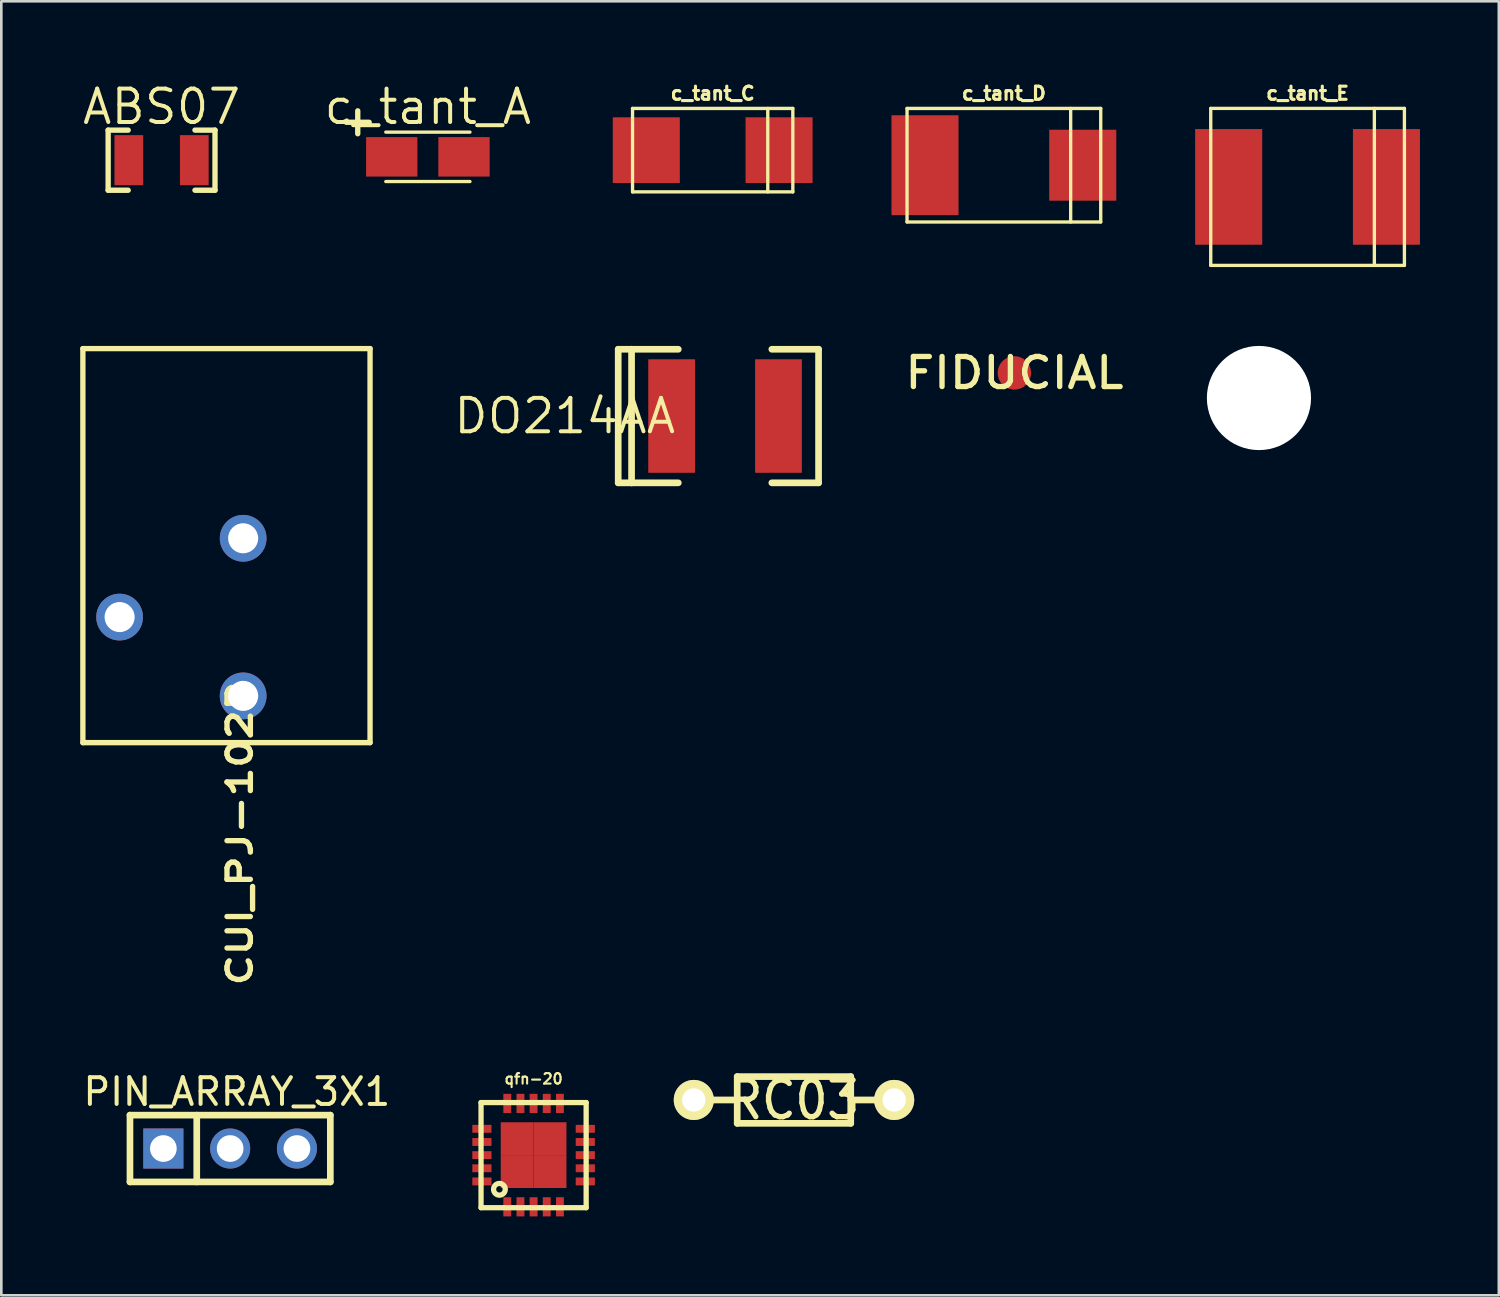
<source format=kicad_pcb>
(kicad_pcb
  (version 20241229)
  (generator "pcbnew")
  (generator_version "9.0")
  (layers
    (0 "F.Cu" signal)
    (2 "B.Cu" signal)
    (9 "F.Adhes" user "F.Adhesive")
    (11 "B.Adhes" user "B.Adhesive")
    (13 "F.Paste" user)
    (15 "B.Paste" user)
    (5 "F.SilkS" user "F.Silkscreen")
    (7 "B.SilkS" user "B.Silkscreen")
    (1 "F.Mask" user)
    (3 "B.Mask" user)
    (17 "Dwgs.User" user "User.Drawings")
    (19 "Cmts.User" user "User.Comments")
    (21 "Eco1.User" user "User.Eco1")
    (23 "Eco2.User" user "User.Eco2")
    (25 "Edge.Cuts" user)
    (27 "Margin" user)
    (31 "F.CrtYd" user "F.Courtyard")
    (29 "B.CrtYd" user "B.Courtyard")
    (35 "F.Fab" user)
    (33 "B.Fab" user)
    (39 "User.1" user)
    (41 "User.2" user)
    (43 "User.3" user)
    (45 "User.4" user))
  (footprint "c_tant_D"
    (layer "F.Cu")
    (at 35.13 3.233)
    (property "Reference" "c_tant_D" (at 0 -2.731 0) (layer "F.SilkS") (effects (font (size 0.5 0.5) (thickness 0.119))))
    (attr through_hole)
    (fp_line (start -3.683 -2.159) (end -3.683 2.159) (stroke (width 0.127) (type solid)) (layer "F.SilkS"))
    (fp_line (start -3.683 2.159) (end 3.683 2.159) (stroke (width 0.127) (type solid)) (layer "F.SilkS"))
    (fp_line (start 2.54 -2.159) (end 2.54 2.159) (stroke (width 0.127) (type solid)) (layer "F.SilkS"))
    (fp_line (start 3.683 -2.159) (end -3.683 -2.159) (stroke (width 0.127) (type solid)) (layer "F.SilkS"))
    (fp_line (start 3.683 2.159) (end 3.683 -2.159) (stroke (width 0.127) (type solid)) (layer "F.SilkS"))
    (pad "1" smd rect (at 3 0) (size 2.55 2.7) (layers "F.Cu" "F.Mask" "F.Paste" "Eco1.User"))
    (pad "2" smd rect (at -3 0) (size 2.55 3.8) (layers "F.Cu" "F.Mask" "F.Paste" "Eco1.User")))
  (footprint "c_tant_E"
    (layer "F.Cu")
    (at 46.68 4.058)
    (property "Reference" "c_tant_E" (at 0 -3.556 0) (layer "F.SilkS") (effects (font (size 0.5 0.5) (thickness 0.119))))
    (attr through_hole)
    (fp_line (start -3.683 -2.985) (end -3.683 2.985) (stroke (width 0.127) (type solid)) (layer "F.SilkS"))
    (fp_line (start -3.683 2.985) (end 3.683 2.985) (stroke (width 0.127) (type solid)) (layer "F.SilkS"))
    (fp_line (start 2.54 2.985) (end 2.54 -2.985) (stroke (width 0.127) (type solid)) (layer "F.SilkS"))
    (fp_line (start 3.683 -2.985) (end -3.683 -2.985) (stroke (width 0.127) (type solid)) (layer "F.SilkS"))
    (fp_line (start 3.683 -2.985) (end 3.683 2.985) (stroke (width 0.127) (type solid)) (layer "F.SilkS"))
    (pad "1" smd rect (at 3 0) (size 2.55 4.399) (layers "F.Cu" "F.Mask" "F.Paste" "Eco1.User"))
    (pad "2" smd rect (at -3 0) (size 2.55 4.399) (layers "F.Cu" "F.Mask" "F.Paste" "Eco1.User")))
  (footprint "c_tant_A"
    (layer "F.Cu")
    (at 13.223 2.915)
    (property "Reference" "c_tant_A" (at 0 -1.905 0) (layer "F.SilkS") (effects (font (size 1.27 1.27) (thickness 0.152))))
    (attr smd)
    (fp_line (start -1.6 0.94) (end 1.6 0.94) (stroke (width 0.127) (type solid)) (layer "F.SilkS"))
    (fp_line (start 1.6 -0.94) (end -1.6 -0.94) (stroke (width 0.127) (type solid)) (layer "F.SilkS"))
    (fp_text user "+" (at -2.667 -1.397 0) (layer "F.SilkS") (effects (font (size 1.143 1.143) (thickness 0.203))))
    (pad "1" smd rect (at -1.374 0) (size 1.951 1.501) (layers "F.Cu" "F.Mask" "F.Paste" "Eco1.User"))
    (pad "2" smd rect (at 1.374 0) (size 1.951 1.501) (layers "F.Cu" "F.Mask" "F.Paste" "Eco1.User")))
  (footprint "c_tant_C"
    (layer "F.Cu")
    (at 24.055 2.661)
    (property "Reference" "c_tant_C" (at 0 -2.159 0) (layer "F.SilkS") (effects (font (size 0.5 0.5) (thickness 0.119))))
    (attr through_hole)
    (fp_line (start -3.048 -1.587) (end -3.048 1.587) (stroke (width 0.127) (type solid)) (layer "F.SilkS"))
    (fp_line (start -3.048 1.587) (end 3.048 1.587) (stroke (width 0.127) (type solid)) (layer "F.SilkS"))
    (fp_line (start 2.095 -1.587) (end 2.095 1.587) (stroke (width 0.127) (type solid)) (layer "F.SilkS"))
    (fp_line (start 3.048 -1.587) (end -3.048 -1.587) (stroke (width 0.127) (type solid)) (layer "F.SilkS"))
    (fp_line (start 3.048 1.587) (end 3.048 -1.587) (stroke (width 0.127) (type solid)) (layer "F.SilkS"))
    (pad "1" smd rect (at 2.525 0) (size 2.55 2.499) (layers "F.Cu" "F.Mask" "F.Paste" "Eco1.User"))
    (pad "2" smd rect (at -2.525 0) (size 2.55 2.499) (layers "F.Cu" "F.Mask" "F.Paste" "Eco1.User")))
  (footprint "RC03"
    (layer "F.Cu")
    (at 27.147 38.784)
    (property "Reference" "RC03" (at 0 0 0) (layer "F.SilkS") (effects (font (size 1.397 1.27) (thickness 0.203))))
    (attr smd)
    (fp_line (start -2.159 -0.889) (end -2.159 0.889) (stroke (width 0.254) (type solid)) (layer "F.SilkS"))
    (fp_line (start -2.159 0) (end -3.81 0) (stroke (width 0.254) (type solid)) (layer "F.SilkS"))
    (fp_line (start -2.159 0.889) (end 2.159 0.889) (stroke (width 0.254) (type solid)) (layer "F.SilkS"))
    (fp_line (start 2.159 -0.889) (end -2.159 -0.889) (stroke (width 0.254) (type solid)) (layer "F.SilkS"))
    (fp_line (start 2.159 0) (end 3.81 0) (stroke (width 0.254) (type solid)) (layer "F.SilkS"))
    (fp_line (start 2.159 0.889) (end 2.159 -0.889) (stroke (width 0.254) (type solid)) (layer "F.SilkS"))
    (pad "1" thru_hole circle (at -3.81 0) (size 1.524 1.524) (drill 0.889) (layers "*.Cu" "*.Mask" "F.SilkS"))
    (pad "2" thru_hole circle (at 3.81 0) (size 1.524 1.524) (drill 0.889) (layers "*.Cu" "*.Mask" "F.SilkS")))
  (footprint "HOLE156"
    (layer "F.Cu")
    (at 44.831 12.087)
    (property "Reference" "HOLE156" (at 0 -0.201 0) (layer "F.SilkS") (effects (font (size 0.399 0.399) (thickness 0.051))))
    (attr smd)
    (pad "" np_thru_hole circle (at 0 0) (size 3.962 3.962) (drill 3.962) (layers "*.Cu" "*.Mask")))
  (footprint "FIDUCIAL"
    (layer "F.Cu")
    (at 35.529 11.132)
    (property "Reference" "FIDUCIAL" (at 0 0 0) (layer "F.SilkS") (effects (font (size 1.143 1.27) (thickness 0.203))))
    (attr smd)
    (pad "3" smd circle (at 0 0) (size 1.27 1.27) (layers "F.Cu" "F.Mask" "Eco1.User")))
  (footprint "CUI_PJ-102B"
    (layer "F.Cu")
    (at 6.198 23.416)
    (property "Reference" "CUI_PJ-102B" (at -0.127 5.207 90) (layer "F.SilkS") (effects (font (size 0.889 1.143) (thickness 0.203))))
    (attr smd)
    (fp_line (start -6.096 -13.208) (end 4.826 -13.208) (stroke (width 0.203) (type solid)) (layer "F.SilkS"))
    (fp_line (start -6.096 1.778) (end -6.096 -13.208) (stroke (width 0.203) (type solid)) (layer "F.SilkS"))
    (fp_line (start 4.826 -13.208) (end 4.826 1.778) (stroke (width 0.203) (type solid)) (layer "F.SilkS"))
    (fp_line (start 4.826 1.778) (end -6.096 1.778) (stroke (width 0.203) (type solid)) (layer "F.SilkS"))
    (fp_line (start -6.096 -13.208) (end -6.096 1.778) (stroke (width 0.203) (type solid)) (layer "Eco1.User"))
    (fp_line (start -6.096 1.778) (end 4.826 1.778) (stroke (width 0.203) (type solid)) (layer "Eco1.User"))
    (fp_line (start 4.826 -13.208) (end -6.096 -13.208) (stroke (width 0.203) (type solid)) (layer "Eco1.User"))
    (fp_line (start 4.826 1.778) (end 4.826 -13.208) (stroke (width 0.203) (type solid)) (layer "Eco1.User"))
    (pad "1" thru_hole circle (at 0 0) (size 1.778 1.778) (drill 1.143) (layers "*.Cu" "*.Mask" "Eco1.User"))
    (pad "2" thru_hole circle (at 0 -5.994) (size 1.778 1.778) (drill 1.143) (layers "*.Cu" "*.Mask" "Eco1.User"))
    (pad "3" thru_hole circle (at -4.699 -2.997) (size 1.778 1.778) (drill 1.143) (layers "*.Cu" "*.Mask" "Eco1.User")))
  (footprint "PIN_ARRAY_3X1"
    (layer "F.Cu")
    (at 5.703 40.631)
    (property "Reference" "PIN_ARRAY_3X1" (at 0.254 -2.159 0) (layer "F.SilkS") (effects (font (size 1.016 1.016) (thickness 0.152))))
    (attr through_hole)
    (fp_line (start -3.81 -1.27) (end 3.81 -1.27) (stroke (width 0.254) (type solid)) (layer "F.SilkS"))
    (fp_line (start -3.81 1.27) (end -3.81 -1.27) (stroke (width 0.254) (type solid)) (layer "F.SilkS"))
    (fp_line (start -1.27 -1.27) (end -1.27 1.27) (stroke (width 0.254) (type solid)) (layer "F.SilkS"))
    (fp_line (start 3.81 -1.27) (end 3.81 1.27) (stroke (width 0.254) (type solid)) (layer "F.SilkS"))
    (fp_line (start 3.81 1.27) (end -3.81 1.27) (stroke (width 0.254) (type solid)) (layer "F.SilkS"))
    (pad "1" thru_hole rect (at -2.54 0) (size 1.524 1.524) (drill 1.016) (layers "*.Cu" "*.Mask" "Eco1.User"))
    (pad "2" thru_hole circle (at 0 0) (size 1.524 1.524) (drill 1.016) (layers "*.Cu" "*.Mask" "Eco1.User"))
    (pad "3" thru_hole circle (at 2.54 0) (size 1.524 1.524) (drill 1.016) (layers "*.Cu" "*.Mask" "Eco1.User")))
  (footprint "ABS07"
    (layer "F.Cu")
    (at 3.095 3.042)
    (property "Reference" "ABS07" (at 0 -2.032 0) (layer "F.SilkS") (effects (font (size 1.27 1.27) (thickness 0.152))))
    (attr smd)
    (fp_line (start -2.032 -1.143) (end -2.032 1.143) (stroke (width 0.203) (type solid)) (layer "F.SilkS"))
    (fp_line (start -2.032 1.143) (end -1.27 1.143) (stroke (width 0.203) (type solid)) (layer "F.SilkS"))
    (fp_line (start -1.27 -1.143) (end -2.032 -1.143) (stroke (width 0.203) (type solid)) (layer "F.SilkS"))
    (fp_line (start 1.27 1.143) (end 2.032 1.143) (stroke (width 0.203) (type solid)) (layer "F.SilkS"))
    (fp_line (start 2.032 -1.143) (end 1.27 -1.143) (stroke (width 0.203) (type solid)) (layer "F.SilkS"))
    (fp_line (start 2.032 1.143) (end 2.032 -1.143) (stroke (width 0.203) (type solid)) (layer "F.SilkS"))
    (pad "1" smd rect (at -1.245 0) (size 1.092 1.905) (layers "F.Cu" "F.Mask" "F.Paste" "Eco1.User"))
    (pad "2" smd rect (at 1.245 0) (size 1.092 1.905) (layers "F.Cu" "F.Mask" "F.Paste" "Eco1.User")))
  (footprint "qfn-20"
    (layer "F.Cu")
    (at 17.244 40.882)
    (property "Reference" "qfn-20" (at 0 -2.901 0) (layer "F.SilkS") (effects (font (size 0.399 0.399) (thickness 0.079))))
    (attr through_hole)
    (fp_line (start -1.999 -1.999) (end 1.999 -1.999) (stroke (width 0.201) (type solid)) (layer "F.SilkS"))
    (fp_line (start -1.999 1.999) (end -1.999 -1.999) (stroke (width 0.201) (type solid)) (layer "F.SilkS"))
    (fp_line (start 1.999 -1.999) (end 1.999 1.999) (stroke (width 0.201) (type solid)) (layer "F.SilkS"))
    (fp_line (start 1.999 1.999) (end -1.999 1.999) (stroke (width 0.201) (type solid)) (layer "F.SilkS"))
    (fp_circle (center -1.3 1.3) (end -1.102 1.402) (stroke (width 0.201) (type solid)) (fill no) (layer "F.SilkS"))
    (pad "1" smd rect (at -1.001 1.966) (size 0.3 0.729) (layers "F.Cu" "F.Mask" "F.Paste"))
    (pad "2" smd rect (at -0.5 1.966) (size 0.3 0.729) (layers "F.Cu" "F.Mask" "F.Paste"))
    (pad "3" smd rect (at 0 1.966) (size 0.3 0.729) (layers "F.Cu" "F.Mask" "F.Paste"))
    (pad "4" smd rect (at 0.5 1.966) (size 0.3 0.729) (layers "F.Cu" "F.Mask" "F.Paste"))
    (pad "5" smd rect (at 1.001 1.966) (size 0.3 0.729) (layers "F.Cu" "F.Mask" "F.Paste"))
    (pad "6" smd rect (at 1.966 1.001) (size 0.729 0.3) (layers "F.Cu" "F.Mask" "F.Paste"))
    (pad "7" smd rect (at 1.966 0.5) (size 0.729 0.3) (layers "F.Cu" "F.Mask" "F.Paste"))
    (pad "8" smd rect (at 1.966 0) (size 0.729 0.3) (layers "F.Cu" "F.Mask" "F.Paste"))
    (pad "9" smd rect (at 1.966 -0.5) (size 0.729 0.3) (layers "F.Cu" "F.Mask" "F.Paste"))
    (pad "10" smd rect (at 1.966 -1.001) (size 0.729 0.3) (layers "F.Cu" "F.Mask" "F.Paste"))
    (pad "11" smd rect (at 1.001 -1.966) (size 0.3 0.729) (layers "F.Cu" "F.Mask" "F.Paste"))
    (pad "12" smd rect (at 0.5 -1.966) (size 0.3 0.729) (layers "F.Cu" "F.Mask" "F.Paste"))
    (pad "13" smd rect (at 0 -1.966) (size 0.3 0.729) (layers "F.Cu" "F.Mask" "F.Paste"))
    (pad "14" smd rect (at -0.5 -1.966) (size 0.3 0.729) (layers "F.Cu" "F.Mask" "F.Paste"))
    (pad "15" smd rect (at -1.001 -1.966) (size 0.3 0.729) (layers "F.Cu" "F.Mask" "F.Paste"))
    (pad "16" smd rect (at -1.966 -1.001) (size 0.729 0.3) (layers "F.Cu" "F.Mask" "F.Paste"))
    (pad "17" smd rect (at -1.966 -0.5) (size 0.729 0.3) (layers "F.Cu" "F.Mask" "F.Paste"))
    (pad "18" smd rect (at -1.966 0) (size 0.729 0.3) (layers "F.Cu" "F.Mask" "F.Paste"))
    (pad "19" smd rect (at -1.966 0.5) (size 0.729 0.3) (layers "F.Cu" "F.Mask" "F.Paste"))
    (pad "20" smd rect (at -1.966 1.001) (size 0.729 0.3) (layers "F.Cu" "F.Mask" "F.Paste"))
    (pad "21" smd rect (at -0.625 -0.625) (size 1.25 1.25) (layers "F.Cu" "F.Mask" "F.Paste"))
    (pad "21" smd rect (at -0.625 0.625) (size 1.25 1.25) (layers "F.Cu" "F.Mask" "F.Paste"))
    (pad "21" smd rect (at 0.625 -0.625) (size 1.25 1.25) (layers "F.Cu" "F.Mask" "F.Paste"))
    (pad "21" smd rect (at 0.625 0.625) (size 1.25 1.25) (layers "F.Cu" "F.Mask" "F.Paste")))
  (footprint "DO214AA"
    (layer "F.Cu")
    (at 24.526 12.773)
    (property "Reference" "DO214AA" (at -6.096 0 0) (layer "F.SilkS") (effects (font (size 1.27 1.27) (thickness 0.152))))
    (attr smd)
    (fp_line (start -4.064 -2.54) (end -4.064 2.54) (stroke (width 0.254) (type solid)) (layer "F.SilkS"))
    (fp_line (start -4.064 2.54) (end -3.556 2.54) (stroke (width 0.254) (type solid)) (layer "F.SilkS"))
    (fp_line (start -3.556 -2.54) (end -4.064 -2.54) (stroke (width 0.254) (type solid)) (layer "F.SilkS"))
    (fp_line (start -3.556 -2.54) (end -3.556 2.54) (stroke (width 0.254) (type solid)) (layer "F.SilkS"))
    (fp_line (start -3.556 2.54) (end -1.778 2.54) (stroke (width 0.254) (type solid)) (layer "F.SilkS"))
    (fp_line (start -1.778 -2.54) (end -3.556 -2.54) (stroke (width 0.254) (type solid)) (layer "F.SilkS"))
    (fp_line (start 1.778 2.54) (end 3.556 2.54) (stroke (width 0.254) (type solid)) (layer "F.SilkS"))
    (fp_line (start 3.556 -2.54) (end 1.778 -2.54) (stroke (width 0.254) (type solid)) (layer "F.SilkS"))
    (fp_line (start 3.556 2.54) (end 3.556 -2.54) (stroke (width 0.254) (type solid)) (layer "F.SilkS"))
    (pad "1" smd rect (at -2.032 0 180) (size 1.778 4.318) (layers "F.Cu" "F.Mask" "F.Paste" "Eco1.User"))
    (pad "2" smd rect (at 2.032 0 180) (size 1.778 4.318) (layers "F.Cu" "F.Mask" "F.Paste" "Eco1.User")))
  (gr_rect
    (start -3 -3)
    (end 53.954 46.213)
    (stroke (width 0.1) (type default))
    (fill no)
    (layer "Edge.Cuts")))
</source>
